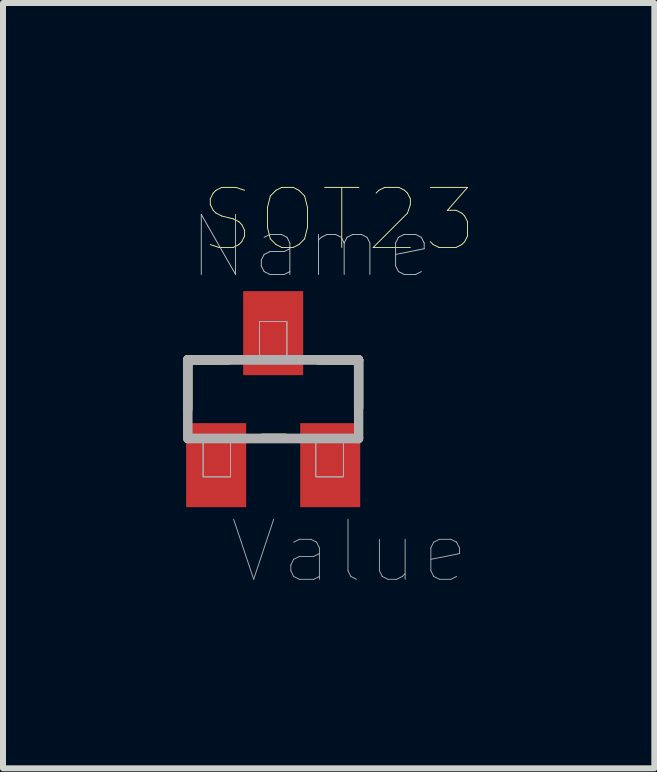
<source format=kicad_pcb>
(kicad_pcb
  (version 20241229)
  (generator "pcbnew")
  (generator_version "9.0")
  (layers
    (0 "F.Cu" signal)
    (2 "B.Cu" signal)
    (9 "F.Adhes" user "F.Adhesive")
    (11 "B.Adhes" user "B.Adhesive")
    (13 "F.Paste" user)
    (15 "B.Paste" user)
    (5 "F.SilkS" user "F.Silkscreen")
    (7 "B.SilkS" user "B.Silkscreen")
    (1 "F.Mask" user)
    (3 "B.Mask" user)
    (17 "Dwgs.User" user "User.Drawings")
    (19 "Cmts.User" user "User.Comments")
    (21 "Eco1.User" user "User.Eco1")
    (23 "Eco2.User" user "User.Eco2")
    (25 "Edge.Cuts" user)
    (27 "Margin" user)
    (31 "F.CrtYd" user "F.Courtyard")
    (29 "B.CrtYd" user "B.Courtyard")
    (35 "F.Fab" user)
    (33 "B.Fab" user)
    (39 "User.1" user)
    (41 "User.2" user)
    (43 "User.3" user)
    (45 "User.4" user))
  (footprint "SOT23"
    (layer "F.Cu")
    (at 1.502 3.601)
    (property "Reference" "SOT23" (at 1.095 -2.99 0) (layer "F.SilkS") (effects (font (size 1 1) (thickness 0.015))))
    (attr through_hole)
    (fp_line (start -1.425 -0.65) (end -0.75 -0.65) (stroke (width 0.152) (type solid)) (layer "F.SilkS"))
    (fp_line (start -1.425 0.2) (end -1.425 -0.65) (stroke (width 0.152) (type solid)) (layer "F.SilkS"))
    (fp_line (start -1.422 -0.66) (end -0.864 -0.66) (stroke (width 0.152) (type solid)) (layer "F.SilkS"))
    (fp_line (start -1.422 0.152) (end -1.422 -0.66) (stroke (width 0.152) (type solid)) (layer "F.SilkS"))
    (fp_line (start -0.175 0.65) (end 0.2 0.65) (stroke (width 0.152) (type solid)) (layer "F.SilkS"))
    (fp_line (start 0.75 -0.65) (end 1.425 -0.65) (stroke (width 0.152) (type solid)) (layer "F.SilkS"))
    (fp_line (start 0.864 -0.66) (end 1.422 -0.66) (stroke (width 0.152) (type solid)) (layer "F.SilkS"))
    (fp_line (start 1.422 -0.66) (end 1.422 0.152) (stroke (width 0.152) (type solid)) (layer "F.SilkS"))
    (fp_line (start 1.425 -0.65) (end 1.425 0.15) (stroke (width 0.152) (type solid)) (layer "F.SilkS"))
    (fp_line (start -1.425 -0.65) (end 1.425 -0.65) (stroke (width 0.152) (type solid)) (layer "F.Fab"))
    (fp_line (start -1.422 -0.66) (end 1.422 -0.66) (stroke (width 0.152) (type solid)) (layer "F.Fab"))
    (fp_line (start -1.422 0.66) (end -1.422 -0.66) (stroke (width 0.152) (type solid)) (layer "F.Fab"))
    (fp_line (start 1.422 -0.66) (end 1.422 0.66) (stroke (width 0.152) (type solid)) (layer "F.Fab"))
    (fp_line (start 1.422 0.66) (end -1.422 0.66) (stroke (width 0.152) (type solid)) (layer "F.Fab"))
    (fp_line (start 1.425 -0.65) (end 1.425 0.65) (stroke (width 0.152) (type solid)) (layer "F.Fab"))
    (fp_line (start 1.425 0.65) (end -1.425 0.65) (stroke (width 0.152) (type solid)) (layer "F.Fab"))
    (fp_arc (start -1.425 0.65) (mid -1.426076 0) (end -1.425 -0.65) (stroke (width 0.1524) (type solid)) (layer "F.Fab"))
    (fp_poly (pts (xy -1.168 0.711) (xy -0.711 0.711) (xy -0.711 1.295) (xy -1.168 1.295)) (stroke (width 0.01) (type solid)) (fill no) (layer "F.Fab"))
    (fp_poly (pts (xy -1.168 0.711) (xy -0.711 0.711) (xy -0.711 1.295) (xy -1.168 1.295)) (stroke (width 0.01) (type solid)) (fill no) (layer "F.Fab"))
    (fp_poly (pts (xy -1.168 0.711) (xy -0.711 0.711) (xy -0.711 1.295) (xy -1.168 1.295)) (stroke (width 0.01) (type solid)) (fill no) (layer "F.Fab"))
    (fp_poly (pts (xy -1.168 0.711) (xy -0.711 0.711) (xy -0.711 1.295) (xy -1.168 1.295)) (stroke (width 0.01) (type solid)) (fill no) (layer "F.Fab"))
    (fp_poly (pts (xy -0.229 -1.295) (xy 0.229 -1.295) (xy 0.229 -0.711) (xy -0.229 -0.711)) (stroke (width 0.01) (type solid)) (fill no) (layer "F.Fab"))
    (fp_poly (pts (xy -0.229 -1.295) (xy 0.229 -1.295) (xy 0.229 -0.711) (xy -0.229 -0.711)) (stroke (width 0.01) (type solid)) (fill no) (layer "F.Fab"))
    (fp_poly (pts (xy -0.229 -1.295) (xy 0.229 -1.295) (xy 0.229 -0.711) (xy -0.229 -0.711)) (stroke (width 0.01) (type solid)) (fill no) (layer "F.Fab"))
    (fp_poly (pts (xy -0.229 -1.295) (xy 0.229 -1.295) (xy 0.229 -0.711) (xy -0.229 -0.711)) (stroke (width 0.01) (type solid)) (fill no) (layer "F.Fab"))
    (fp_poly (pts (xy 0.711 0.711) (xy 1.168 0.711) (xy 1.168 1.295) (xy 0.711 1.295)) (stroke (width 0.01) (type solid)) (fill no) (layer "F.Fab"))
    (fp_poly (pts (xy 0.711 0.711) (xy 1.168 0.711) (xy 1.168 1.295) (xy 0.711 1.295)) (stroke (width 0.01) (type solid)) (fill no) (layer "F.Fab"))
    (fp_poly (pts (xy 0.711 0.711) (xy 1.168 0.711) (xy 1.168 1.295) (xy 0.711 1.295)) (stroke (width 0.01) (type solid)) (fill no) (layer "F.Fab"))
    (fp_poly (pts (xy 0.711 0.711) (xy 1.168 0.711) (xy 1.168 1.295) (xy 0.711 1.295)) (stroke (width 0.01) (type solid)) (fill no) (layer "F.Fab"))
    (fp_text user "Name" (at 0.635 -2.54 0) (layer "Dwgs.User") (effects (font (size 1 1) (thickness 0.015))))
    (fp_text user "Value" (at 1.27 2.54 0) (layer "F.Fab") (effects (font (size 1 1) (thickness 0.015))))
    (pad "1" smd rect (at -0.95 1.1) (size 1 1.4) (layers "F.Cu" "F.Mask" "F.Paste"))
    (pad "2" smd rect (at 0.95 1.1) (size 1 1.4) (layers "F.Cu" "F.Mask" "F.Paste"))
    (pad "3" smd rect (at 0 -1.1) (size 1 1.4) (layers "F.Cu" "F.Mask" "F.Paste")))
  (gr_rect
    (start -3 -3)
    (end 7.853 9.753)
    (stroke (width 0.1) (type default))
    (fill no)
    (layer "Edge.Cuts")))
</source>
